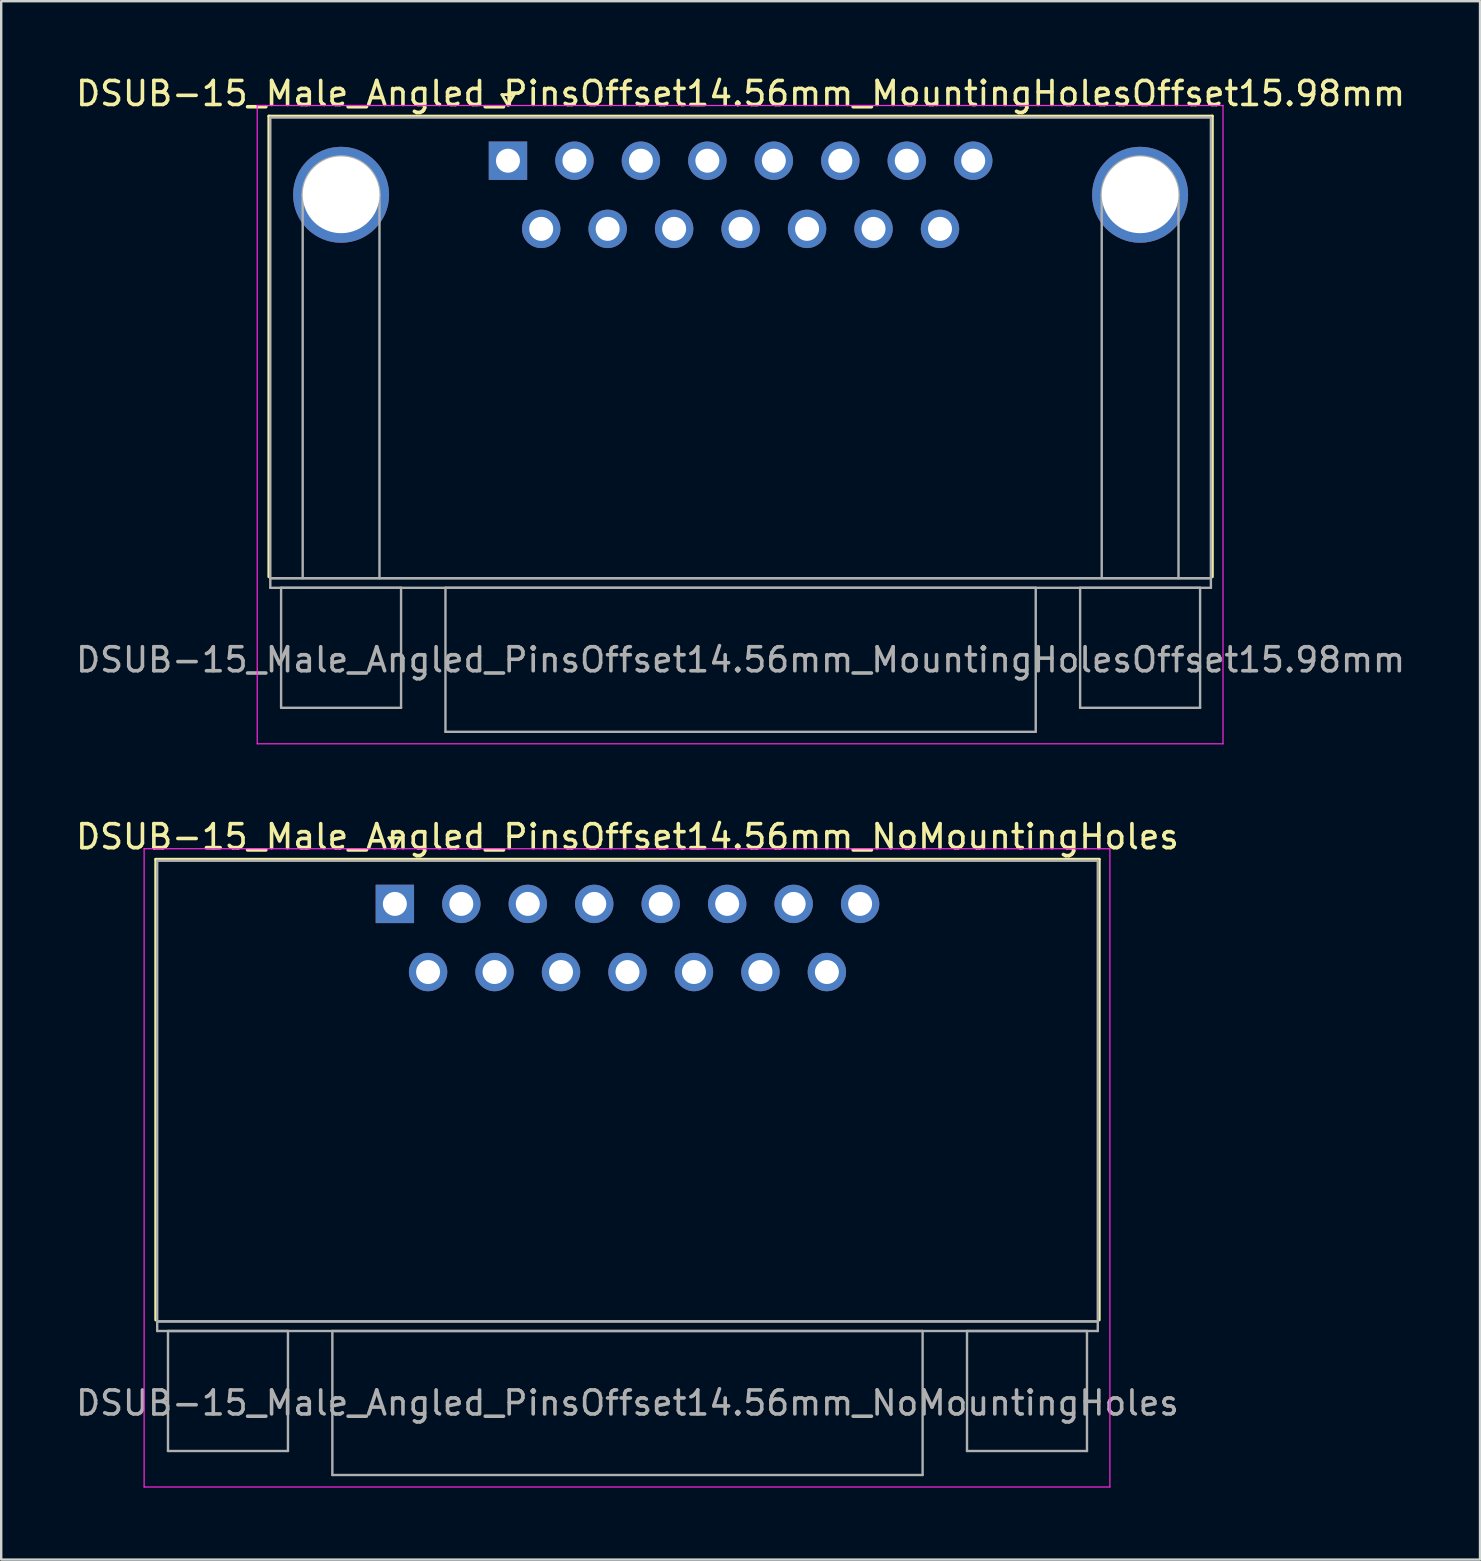
<source format=kicad_pcb>
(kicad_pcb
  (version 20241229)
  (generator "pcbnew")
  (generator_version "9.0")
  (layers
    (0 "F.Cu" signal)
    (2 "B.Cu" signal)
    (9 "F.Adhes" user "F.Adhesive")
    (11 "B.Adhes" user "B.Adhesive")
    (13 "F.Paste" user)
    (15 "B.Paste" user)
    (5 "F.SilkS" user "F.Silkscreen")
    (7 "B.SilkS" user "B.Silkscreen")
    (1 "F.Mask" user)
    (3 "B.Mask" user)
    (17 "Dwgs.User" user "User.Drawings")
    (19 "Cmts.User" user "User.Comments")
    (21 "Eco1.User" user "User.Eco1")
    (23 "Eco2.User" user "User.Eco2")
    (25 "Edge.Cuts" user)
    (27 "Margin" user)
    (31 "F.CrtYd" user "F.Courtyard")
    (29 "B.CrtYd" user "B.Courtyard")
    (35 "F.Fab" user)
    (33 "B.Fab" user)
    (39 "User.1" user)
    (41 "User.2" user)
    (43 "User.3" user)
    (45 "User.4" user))
  (footprint "DSUB-15_Male_Angled_PinsOffset14.56mm_MountingHolesOffset15.98mm"
    (layer "F.Cu")
    (at 18.12 3.648)
    (property "Reference" "DSUB-15_Male_Angled_PinsOffset14.56mm_MountingHolesOffset15.98mm" (at 9.695 -2.8 0) (layer "F.SilkS") (effects (font (size 1 1) (thickness 0.15))))
    (attr through_hole)
    (fp_line (start -9.965 -1.86) (end 29.355 -1.86) (stroke (width 0.12) (type solid)) (layer "F.SilkS"))
    (fp_line (start -9.965 17.34) (end -9.965 -1.86) (stroke (width 0.12) (type solid)) (layer "F.SilkS"))
    (fp_line (start -0.25 -2.754) (end 0.25 -2.754) (stroke (width 0.12) (type solid)) (layer "F.SilkS"))
    (fp_line (start 0 -2.321) (end -0.25 -2.754) (stroke (width 0.12) (type solid)) (layer "F.SilkS"))
    (fp_line (start 0.25 -2.754) (end 0 -2.321) (stroke (width 0.12) (type solid)) (layer "F.SilkS"))
    (fp_line (start 29.355 -1.86) (end 29.355 17.34) (stroke (width 0.12) (type solid)) (layer "F.SilkS"))
    (fp_line (start -10.45 -2.3) (end -10.45 24.3) (stroke (width 0.05) (type solid)) (layer "F.CrtYd"))
    (fp_line (start -10.45 24.3) (end 29.8 24.3) (stroke (width 0.05) (type solid)) (layer "F.CrtYd"))
    (fp_line (start 29.8 -2.3) (end -10.45 -2.3) (stroke (width 0.05) (type solid)) (layer "F.CrtYd"))
    (fp_line (start 29.8 24.3) (end 29.8 -2.3) (stroke (width 0.05) (type solid)) (layer "F.CrtYd"))
    (fp_line (start -9.905 -1.8) (end -9.905 17.4) (stroke (width 0.1) (type solid)) (layer "F.Fab"))
    (fp_line (start -9.905 17.4) (end -9.905 17.8) (stroke (width 0.1) (type solid)) (layer "F.Fab"))
    (fp_line (start -9.905 17.4) (end 29.295 17.4) (stroke (width 0.1) (type solid)) (layer "F.Fab"))
    (fp_line (start -9.905 17.8) (end 29.295 17.8) (stroke (width 0.1) (type solid)) (layer "F.Fab"))
    (fp_line (start -9.455 17.8) (end -9.455 22.8) (stroke (width 0.1) (type solid)) (layer "F.Fab"))
    (fp_line (start -9.455 22.8) (end -4.455 22.8) (stroke (width 0.1) (type solid)) (layer "F.Fab"))
    (fp_line (start -8.555 17.4) (end -8.555 1.42) (stroke (width 0.1) (type solid)) (layer "F.Fab"))
    (fp_line (start -5.355 17.4) (end -5.355 1.42) (stroke (width 0.1) (type solid)) (layer "F.Fab"))
    (fp_line (start -4.455 17.8) (end -9.455 17.8) (stroke (width 0.1) (type solid)) (layer "F.Fab"))
    (fp_line (start -4.455 22.8) (end -4.455 17.8) (stroke (width 0.1) (type solid)) (layer "F.Fab"))
    (fp_line (start -2.605 17.8) (end -2.605 23.8) (stroke (width 0.1) (type solid)) (layer "F.Fab"))
    (fp_line (start -2.605 23.8) (end 21.995 23.8) (stroke (width 0.1) (type solid)) (layer "F.Fab"))
    (fp_line (start 21.995 17.8) (end -2.605 17.8) (stroke (width 0.1) (type solid)) (layer "F.Fab"))
    (fp_line (start 21.995 23.8) (end 21.995 17.8) (stroke (width 0.1) (type solid)) (layer "F.Fab"))
    (fp_line (start 23.845 17.8) (end 23.845 22.8) (stroke (width 0.1) (type solid)) (layer "F.Fab"))
    (fp_line (start 23.845 22.8) (end 28.845 22.8) (stroke (width 0.1) (type solid)) (layer "F.Fab"))
    (fp_line (start 24.745 17.4) (end 24.745 1.42) (stroke (width 0.1) (type solid)) (layer "F.Fab"))
    (fp_line (start 27.945 17.4) (end 27.945 1.42) (stroke (width 0.1) (type solid)) (layer "F.Fab"))
    (fp_line (start 28.845 17.8) (end 23.845 17.8) (stroke (width 0.1) (type solid)) (layer "F.Fab"))
    (fp_line (start 28.845 22.8) (end 28.845 17.8) (stroke (width 0.1) (type solid)) (layer "F.Fab"))
    (fp_line (start 29.295 -1.8) (end -9.905 -1.8) (stroke (width 0.1) (type solid)) (layer "F.Fab"))
    (fp_line (start 29.295 17.4) (end -9.905 17.4) (stroke (width 0.1) (type solid)) (layer "F.Fab"))
    (fp_line (start 29.295 17.4) (end 29.295 -1.8) (stroke (width 0.1) (type solid)) (layer "F.Fab"))
    (fp_line (start 29.295 17.8) (end 29.295 17.4) (stroke (width 0.1) (type solid)) (layer "F.Fab"))
    (fp_arc (start -8.555 1.42) (mid -6.955 -0.18) (end -5.355 1.42) (stroke (width 0.1) (type solid)) (layer "F.Fab"))
    (fp_arc (start 24.745 1.42) (mid 26.345 -0.18) (end 27.945 1.42) (stroke (width 0.1) (type solid)) (layer "F.Fab"))
    (fp_text user "${REFERENCE}" (at 9.695 20.8 0) (layer "F.Fab") (effects (font (size 1 1) (thickness 0.15))))
    (pad "0" thru_hole circle (at -6.955 1.42) (size 4 4) (drill 3.2) (layers "*.Cu" "*.Mask"))
    (pad "0" thru_hole circle (at 26.345 1.42) (size 4 4) (drill 3.2) (layers "*.Cu" "*.Mask"))
    (pad "1" thru_hole rect (at 0 0) (size 1.6 1.6) (drill 1) (layers "*.Cu" "*.Mask"))
    (pad "2" thru_hole circle (at 2.77 0) (size 1.6 1.6) (drill 1) (layers "*.Cu" "*.Mask"))
    (pad "3" thru_hole circle (at 5.54 0) (size 1.6 1.6) (drill 1) (layers "*.Cu" "*.Mask"))
    (pad "4" thru_hole circle (at 8.31 0) (size 1.6 1.6) (drill 1) (layers "*.Cu" "*.Mask"))
    (pad "5" thru_hole circle (at 11.08 0) (size 1.6 1.6) (drill 1) (layers "*.Cu" "*.Mask"))
    (pad "6" thru_hole circle (at 13.85 0) (size 1.6 1.6) (drill 1) (layers "*.Cu" "*.Mask"))
    (pad "7" thru_hole circle (at 16.62 0) (size 1.6 1.6) (drill 1) (layers "*.Cu" "*.Mask"))
    (pad "8" thru_hole circle (at 19.39 0) (size 1.6 1.6) (drill 1) (layers "*.Cu" "*.Mask"))
    (pad "9" thru_hole circle (at 1.385 2.84) (size 1.6 1.6) (drill 1) (layers "*.Cu" "*.Mask"))
    (pad "10" thru_hole circle (at 4.155 2.84) (size 1.6 1.6) (drill 1) (layers "*.Cu" "*.Mask"))
    (pad "11" thru_hole circle (at 6.925 2.84) (size 1.6 1.6) (drill 1) (layers "*.Cu" "*.Mask"))
    (pad "12" thru_hole circle (at 9.695 2.84) (size 1.6 1.6) (drill 1) (layers "*.Cu" "*.Mask"))
    (pad "13" thru_hole circle (at 12.465 2.84) (size 1.6 1.6) (drill 1) (layers "*.Cu" "*.Mask"))
    (pad "14" thru_hole circle (at 15.235 2.84) (size 1.6 1.6) (drill 1) (layers "*.Cu" "*.Mask"))
    (pad "15" thru_hole circle (at 18.005 2.84) (size 1.6 1.6) (drill 1) (layers "*.Cu" "*.Mask")))
  (footprint "DSUB-15_Male_Angled_PinsOffset14.56mm_NoMountingHoles"
    (layer "F.Cu")
    (at 13.406 34.621)
    (property "Reference" "DSUB-15_Male_Angled_PinsOffset14.56mm_NoMountingHoles" (at 9.695 -2.8 0) (layer "F.SilkS") (effects (font (size 1 1) (thickness 0.15))))
    (attr through_hole)
    (fp_line (start -9.965 -1.86) (end 29.355 -1.86) (stroke (width 0.12) (type solid)) (layer "F.SilkS"))
    (fp_line (start -9.965 17.34) (end -9.965 -1.86) (stroke (width 0.12) (type solid)) (layer "F.SilkS"))
    (fp_line (start -0.25 -2.754) (end 0.25 -2.754) (stroke (width 0.12) (type solid)) (layer "F.SilkS"))
    (fp_line (start 0 -2.321) (end -0.25 -2.754) (stroke (width 0.12) (type solid)) (layer "F.SilkS"))
    (fp_line (start 0.25 -2.754) (end 0 -2.321) (stroke (width 0.12) (type solid)) (layer "F.SilkS"))
    (fp_line (start 29.355 -1.86) (end 29.355 17.34) (stroke (width 0.12) (type solid)) (layer "F.SilkS"))
    (fp_line (start -10.45 -2.3) (end -10.45 24.3) (stroke (width 0.05) (type solid)) (layer "F.CrtYd"))
    (fp_line (start -10.45 24.3) (end 29.8 24.3) (stroke (width 0.05) (type solid)) (layer "F.CrtYd"))
    (fp_line (start 29.8 -2.3) (end -10.45 -2.3) (stroke (width 0.05) (type solid)) (layer "F.CrtYd"))
    (fp_line (start 29.8 24.3) (end 29.8 -2.3) (stroke (width 0.05) (type solid)) (layer "F.CrtYd"))
    (fp_line (start -9.905 -1.8) (end -9.905 17.4) (stroke (width 0.1) (type solid)) (layer "F.Fab"))
    (fp_line (start -9.905 17.4) (end -9.905 17.8) (stroke (width 0.1) (type solid)) (layer "F.Fab"))
    (fp_line (start -9.905 17.4) (end 29.295 17.4) (stroke (width 0.1) (type solid)) (layer "F.Fab"))
    (fp_line (start -9.905 17.8) (end 29.295 17.8) (stroke (width 0.1) (type solid)) (layer "F.Fab"))
    (fp_line (start -9.455 17.8) (end -9.455 22.8) (stroke (width 0.1) (type solid)) (layer "F.Fab"))
    (fp_line (start -9.455 22.8) (end -4.455 22.8) (stroke (width 0.1) (type solid)) (layer "F.Fab"))
    (fp_line (start -4.455 17.8) (end -9.455 17.8) (stroke (width 0.1) (type solid)) (layer "F.Fab"))
    (fp_line (start -4.455 22.8) (end -4.455 17.8) (stroke (width 0.1) (type solid)) (layer "F.Fab"))
    (fp_line (start -2.605 17.8) (end -2.605 23.8) (stroke (width 0.1) (type solid)) (layer "F.Fab"))
    (fp_line (start -2.605 23.8) (end 21.995 23.8) (stroke (width 0.1) (type solid)) (layer "F.Fab"))
    (fp_line (start 21.995 17.8) (end -2.605 17.8) (stroke (width 0.1) (type solid)) (layer "F.Fab"))
    (fp_line (start 21.995 23.8) (end 21.995 17.8) (stroke (width 0.1) (type solid)) (layer "F.Fab"))
    (fp_line (start 23.845 17.8) (end 23.845 22.8) (stroke (width 0.1) (type solid)) (layer "F.Fab"))
    (fp_line (start 23.845 22.8) (end 28.845 22.8) (stroke (width 0.1) (type solid)) (layer "F.Fab"))
    (fp_line (start 28.845 17.8) (end 23.845 17.8) (stroke (width 0.1) (type solid)) (layer "F.Fab"))
    (fp_line (start 28.845 22.8) (end 28.845 17.8) (stroke (width 0.1) (type solid)) (layer "F.Fab"))
    (fp_line (start 29.295 -1.8) (end -9.905 -1.8) (stroke (width 0.1) (type solid)) (layer "F.Fab"))
    (fp_line (start 29.295 17.4) (end -9.905 17.4) (stroke (width 0.1) (type solid)) (layer "F.Fab"))
    (fp_line (start 29.295 17.4) (end 29.295 -1.8) (stroke (width 0.1) (type solid)) (layer "F.Fab"))
    (fp_line (start 29.295 17.8) (end 29.295 17.4) (stroke (width 0.1) (type solid)) (layer "F.Fab"))
    (fp_text user "${REFERENCE}" (at 9.695 20.8 0) (layer "F.Fab") (effects (font (size 1 1) (thickness 0.15))))
    (pad "1" thru_hole rect (at 0 0) (size 1.6 1.6) (drill 1) (layers "*.Cu" "*.Mask"))
    (pad "2" thru_hole circle (at 2.77 0) (size 1.6 1.6) (drill 1) (layers "*.Cu" "*.Mask"))
    (pad "3" thru_hole circle (at 5.54 0) (size 1.6 1.6) (drill 1) (layers "*.Cu" "*.Mask"))
    (pad "4" thru_hole circle (at 8.31 0) (size 1.6 1.6) (drill 1) (layers "*.Cu" "*.Mask"))
    (pad "5" thru_hole circle (at 11.08 0) (size 1.6 1.6) (drill 1) (layers "*.Cu" "*.Mask"))
    (pad "6" thru_hole circle (at 13.85 0) (size 1.6 1.6) (drill 1) (layers "*.Cu" "*.Mask"))
    (pad "7" thru_hole circle (at 16.62 0) (size 1.6 1.6) (drill 1) (layers "*.Cu" "*.Mask"))
    (pad "8" thru_hole circle (at 19.39 0) (size 1.6 1.6) (drill 1) (layers "*.Cu" "*.Mask"))
    (pad "9" thru_hole circle (at 1.385 2.84) (size 1.6 1.6) (drill 1) (layers "*.Cu" "*.Mask"))
    (pad "10" thru_hole circle (at 4.155 2.84) (size 1.6 1.6) (drill 1) (layers "*.Cu" "*.Mask"))
    (pad "11" thru_hole circle (at 6.925 2.84) (size 1.6 1.6) (drill 1) (layers "*.Cu" "*.Mask"))
    (pad "12" thru_hole circle (at 9.695 2.84) (size 1.6 1.6) (drill 1) (layers "*.Cu" "*.Mask"))
    (pad "13" thru_hole circle (at 12.465 2.84) (size 1.6 1.6) (drill 1) (layers "*.Cu" "*.Mask"))
    (pad "14" thru_hole circle (at 15.235 2.84) (size 1.6 1.6) (drill 1) (layers "*.Cu" "*.Mask"))
    (pad "15" thru_hole circle (at 18.005 2.84) (size 1.6 1.6) (drill 1) (layers "*.Cu" "*.Mask")))
  (gr_rect
    (start -3 -3)
    (end 58.631 61.947)
    (stroke (width 0.1) (type default))
    (fill no)
    (layer "Edge.Cuts")))
</source>
